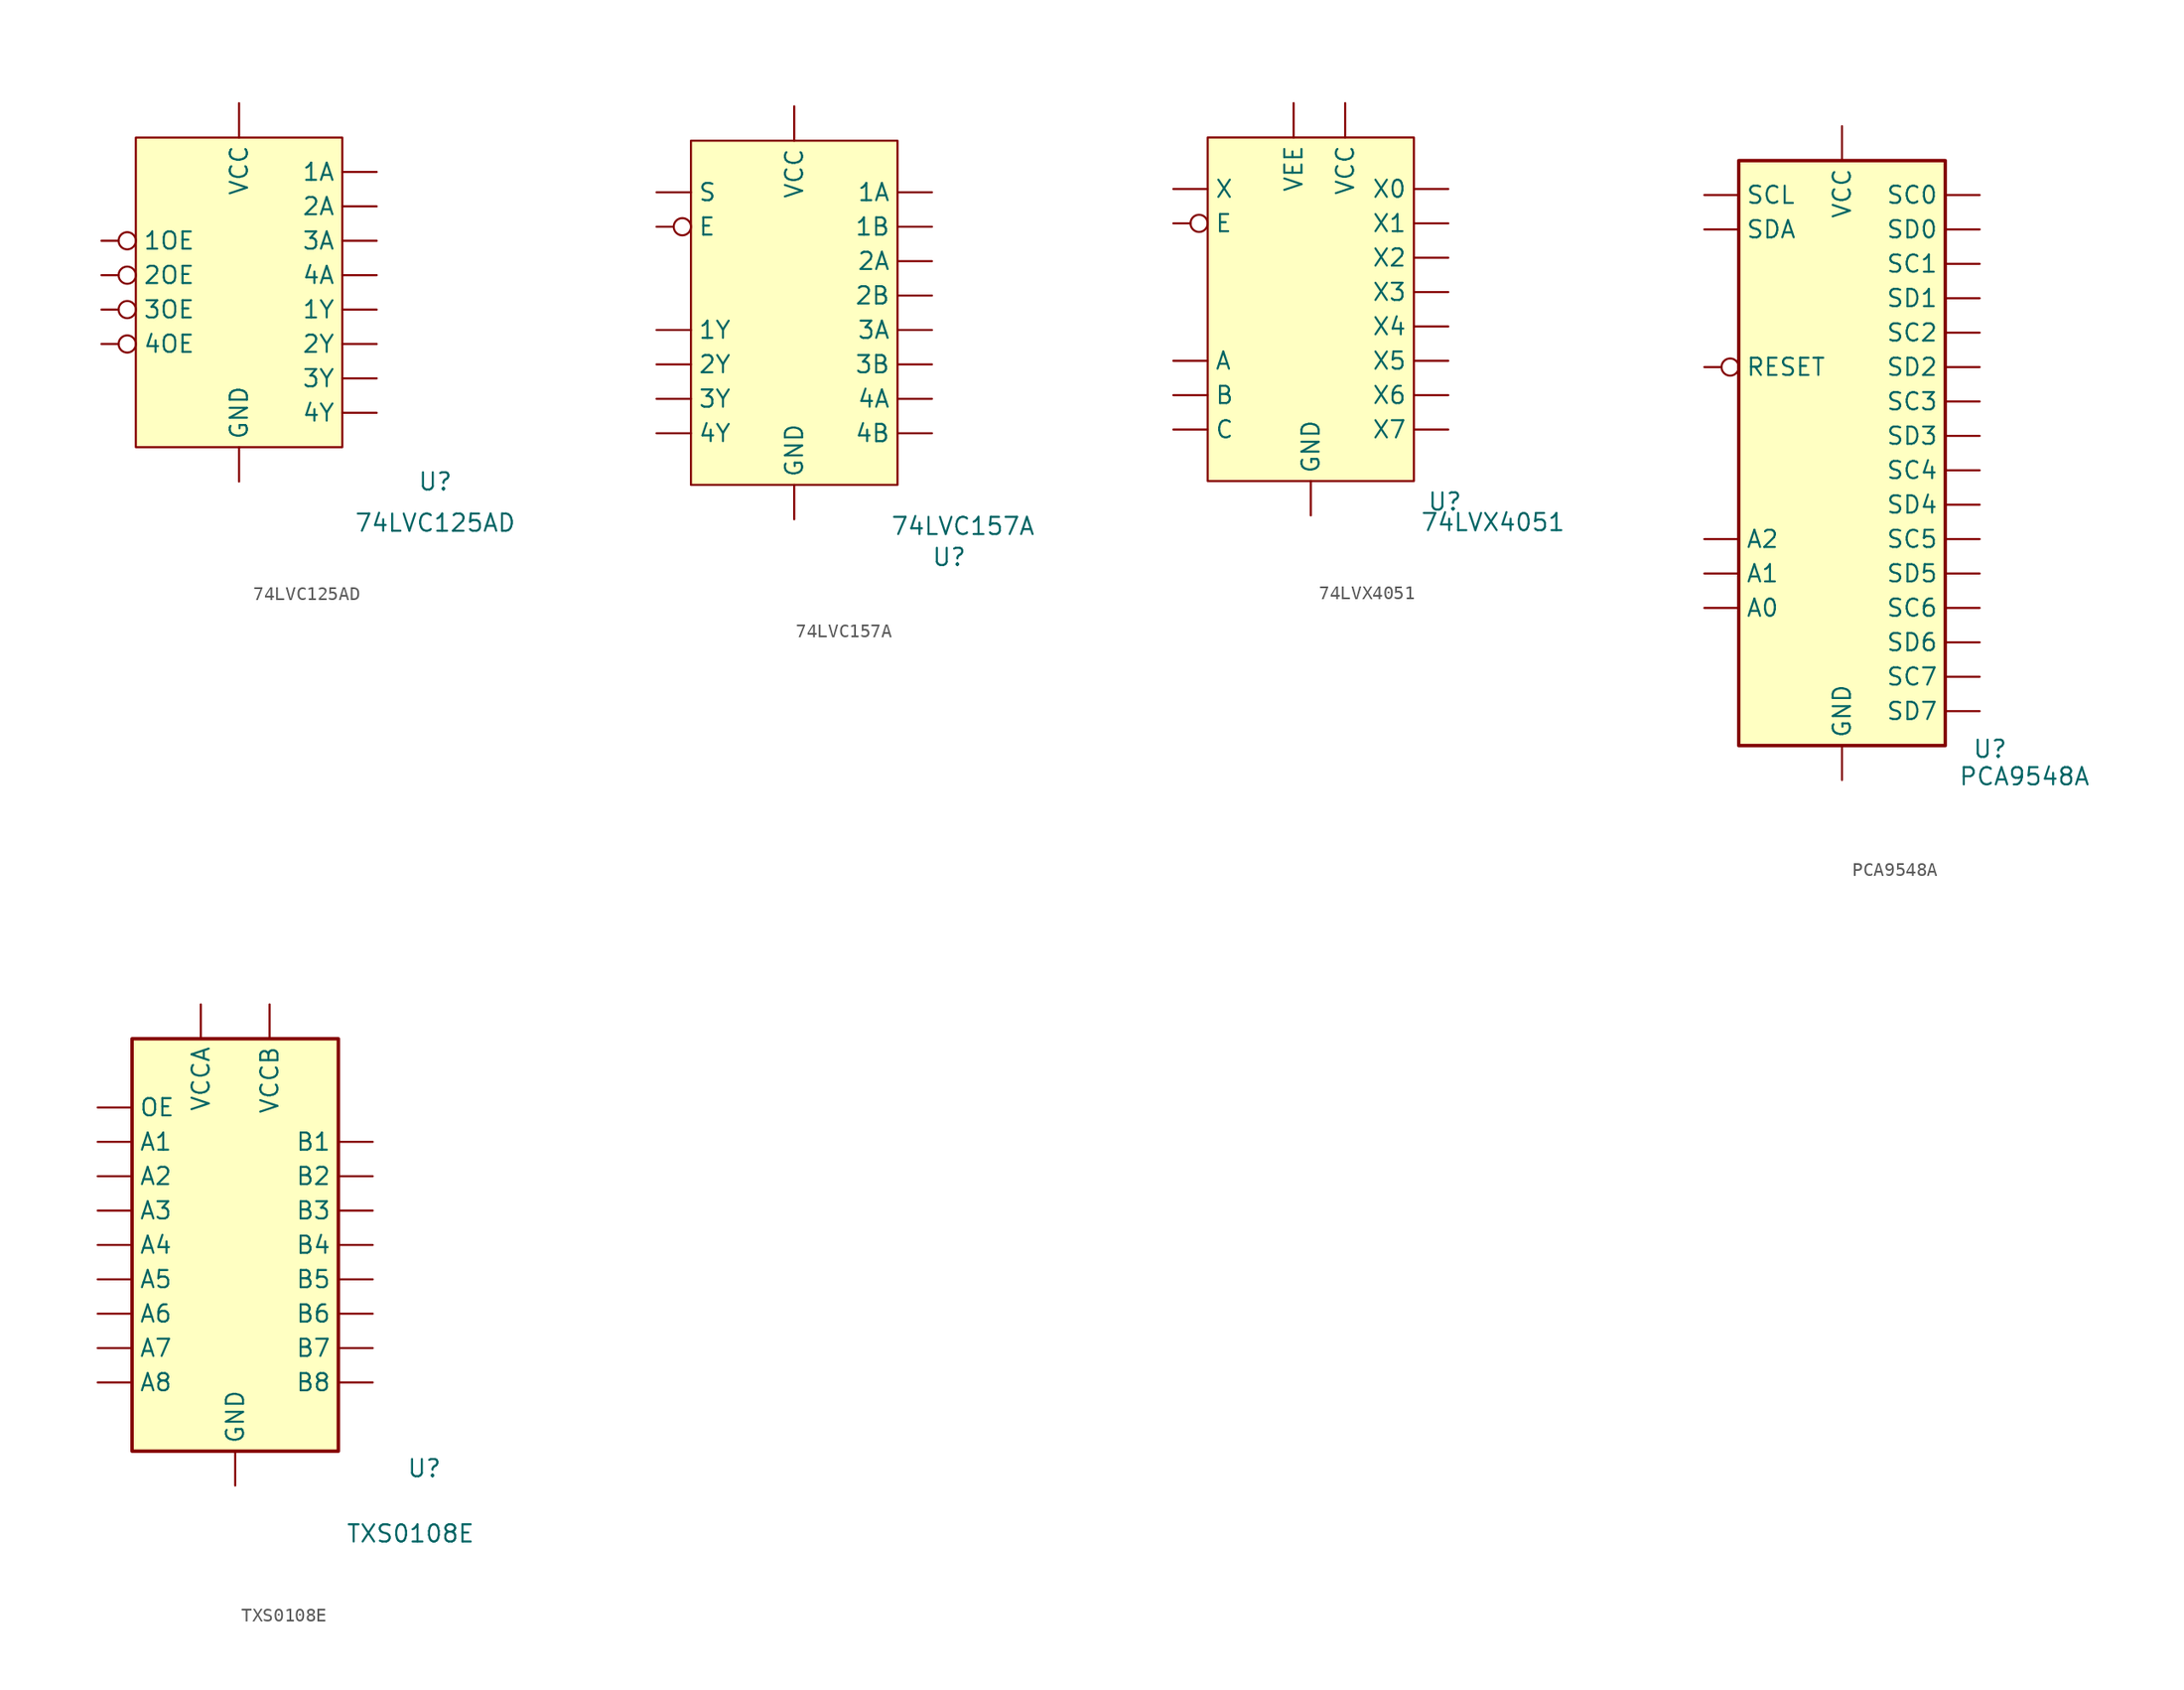
<source format=kicad_sym>
(kicad_symbol_lib
  (version 20231120)
  (generator "kicad_symbol_editor")
  (generator_version "8.0")
  (symbol "74LVC125AD"
    (property "Reference" "U"
      (at 14.478 -12.7 0)
      (effects (font (size 1.27 1.27))))
    (property "Value" "74LVC125AD"
      (at 14.478 -15.748 0)
      (effects (font (size 1.27 1.27))))
    (symbol "74LVC125AD_0_1"
      (rectangle (start -7.62 12.7) (end 7.62 -10.16) (stroke (width 0) (type default)) (fill (type background))))
    (symbol "74LVC125AD_1_1"
      (pin input line (at 10.16 10.16 180) (length 2.54) (name "1A" (effects (font (size 1.27 1.27)))) (number "" (effects (font (size 1.27 1.27)))))
      (pin input inverted (at -10.16 5.08 0) (length 2.54) (name "1OE" (effects (font (size 1.27 1.27)))) (number "" (effects (font (size 1.27 1.27)))))
      (pin output line (at 10.16 0 180) (length 2.54) (name "1Y" (effects (font (size 1.27 1.27)))) (number "" (effects (font (size 1.27 1.27)))))
      (pin input line (at 10.16 7.62 180) (length 2.54) (name "2A" (effects (font (size 1.27 1.27)))) (number "" (effects (font (size 1.27 1.27)))))
      (pin input inverted (at -10.16 2.54 0) (length 2.54) (name "2OE" (effects (font (size 1.27 1.27)))) (number "" (effects (font (size 1.27 1.27)))))
      (pin output line (at 10.16 -2.54 180) (length 2.54) (name "2Y" (effects (font (size 1.27 1.27)))) (number "" (effects (font (size 1.27 1.27)))))
      (pin input line (at 10.16 5.08 180) (length 2.54) (name "3A" (effects (font (size 1.27 1.27)))) (number "" (effects (font (size 1.27 1.27)))))
      (pin input inverted (at -10.16 0 0) (length 2.54) (name "3OE" (effects (font (size 1.27 1.27)))) (number "" (effects (font (size 1.27 1.27)))))
      (pin output line (at 10.16 -5.08 180) (length 2.54) (name "3Y" (effects (font (size 1.27 1.27)))) (number "" (effects (font (size 1.27 1.27)))))
      (pin input line (at 10.16 2.54 180) (length 2.54) (name "4A" (effects (font (size 1.27 1.27)))) (number "" (effects (font (size 1.27 1.27)))))
      (pin input inverted (at -10.16 -2.54 0) (length 2.54) (name "4OE" (effects (font (size 1.27 1.27)))) (number "" (effects (font (size 1.27 1.27)))))
      (pin output line (at 10.16 -7.62 180) (length 2.54) (name "4Y" (effects (font (size 1.27 1.27)))) (number "" (effects (font (size 1.27 1.27)))))
      (pin power_in line (at 0 -12.7 90) (length 2.54) (name "GND" (effects (font (size 1.27 1.27)))) (number "" (effects (font (size 1.27 1.27)))))
      (pin power_in line (at 0 15.24 270) (length 2.54) (name "VCC" (effects (font (size 1.27 1.27)))) (number "" (effects (font (size 1.27 1.27)))))))
  (symbol "74LVC157A"
    (property "Reference" "U"
      (at 11.43 -19.304 0)
      (effects (font (size 1.27 1.27))))
    (property "Value" "74LVC157A"
      (at 12.446 -17.018 0)
      (effects (font (size 1.27 1.27))))
    (symbol "74LVC157A_0_1"
      (rectangle (start -7.62 11.43) (end 7.62 -13.97) (stroke (width 0) (type default)) (fill (type background))))
    (symbol "74LVC157A_1_1"
      (pin input line (at 10.16 7.62 180) (length 2.54) (name "1A" (effects (font (size 1.27 1.27)))) (number "" (effects (font (size 1.27 1.27)))))
      (pin input line (at 10.16 5.08 180) (length 2.54) (name "1B" (effects (font (size 1.27 1.27)))) (number "" (effects (font (size 1.27 1.27)))))
      (pin output line (at -10.16 -2.54 0) (length 2.54) (name "1Y" (effects (font (size 1.27 1.27)))) (number "" (effects (font (size 1.27 1.27)))))
      (pin input line (at 10.16 2.54 180) (length 2.54) (name "2A" (effects (font (size 1.27 1.27)))) (number "" (effects (font (size 1.27 1.27)))))
      (pin input line (at 10.16 0 180) (length 2.54) (name "2B" (effects (font (size 1.27 1.27)))) (number "" (effects (font (size 1.27 1.27)))))
      (pin output line (at -10.16 -5.08 0) (length 2.54) (name "2Y" (effects (font (size 1.27 1.27)))) (number "" (effects (font (size 1.27 1.27)))))
      (pin input line (at 10.16 -2.54 180) (length 2.54) (name "3A" (effects (font (size 1.27 1.27)))) (number "" (effects (font (size 1.27 1.27)))))
      (pin input line (at 10.16 -5.08 180) (length 2.54) (name "3B" (effects (font (size 1.27 1.27)))) (number "" (effects (font (size 1.27 1.27)))))
      (pin output line (at -10.16 -7.62 0) (length 2.54) (name "3Y" (effects (font (size 1.27 1.27)))) (number "" (effects (font (size 1.27 1.27)))))
      (pin input line (at 10.16 -7.62 180) (length 2.54) (name "4A" (effects (font (size 1.27 1.27)))) (number "" (effects (font (size 1.27 1.27)))))
      (pin input line (at 10.16 -10.16 180) (length 2.54) (name "4B" (effects (font (size 1.27 1.27)))) (number "" (effects (font (size 1.27 1.27)))))
      (pin output line (at -10.16 -10.16 0) (length 2.54) (name "4Y" (effects (font (size 1.27 1.27)))) (number "" (effects (font (size 1.27 1.27)))))
      (pin input inverted (at -10.16 5.08 0) (length 2.54) (name "E" (effects (font (size 1.27 1.27)))) (number "" (effects (font (size 1.27 1.27)))))
      (pin power_in line (at 0 -16.51 90) (length 2.54) (name "GND" (effects (font (size 1.27 1.27)))) (number "" (effects (font (size 1.27 1.27)))))
      (pin input line (at -10.16 7.62 0) (length 2.54) (name "S" (effects (font (size 1.27 1.27)))) (number "" (effects (font (size 1.27 1.27)))))
      (pin power_in line (at 0 13.97 270) (length 2.54) (name "VCC" (effects (font (size 1.27 1.27)))) (number "" (effects (font (size 1.27 1.27)))))))
  (symbol "74LVX4051"
    (property "Reference" "U"
      (at 9.906 -15.494 0)
      (effects (font (size 1.27 1.27))))
    (property "Value" "74LVX4051"
      (at 13.462 -17.018 0)
      (effects (font (size 1.27 1.27))))
    (symbol "74LVX4051_0_1"
      (rectangle (start -7.62 11.43) (end 7.62 -13.97) (stroke (width 0) (type default)) (fill (type background))))
    (symbol "74LVX4051_1_1"
      (pin input line (at -10.16 -5.08 0) (length 2.54) (name "A" (effects (font (size 1.27 1.27)))) (number "" (effects (font (size 1.27 1.27)))))
      (pin input line (at -10.16 -7.62 0) (length 2.54) (name "B" (effects (font (size 1.27 1.27)))) (number "" (effects (font (size 1.27 1.27)))))
      (pin input line (at -10.16 -10.16 0) (length 2.54) (name "C" (effects (font (size 1.27 1.27)))) (number "" (effects (font (size 1.27 1.27)))))
      (pin input inverted (at -10.16 5.08 0) (length 2.54) (name "E" (effects (font (size 1.27 1.27)))) (number "" (effects (font (size 1.27 1.27)))))
      (pin power_in line (at 0 -16.51 90) (length 2.54) (name "GND" (effects (font (size 1.27 1.27)))) (number "" (effects (font (size 1.27 1.27)))))
      (pin power_in line (at 2.54 13.97 270) (length 2.54) (name "VCC" (effects (font (size 1.27 1.27)))) (number "" (effects (font (size 1.27 1.27)))))
      (pin power_in line (at -1.27 13.97 270) (length 2.54) (name "VEE" (effects (font (size 1.27 1.27)))) (number "" (effects (font (size 1.27 1.27)))))
      (pin output line (at -10.16 7.62 0) (length 2.54) (name "X" (effects (font (size 1.27 1.27)))) (number "" (effects (font (size 1.27 1.27)))))
      (pin input line (at 10.16 7.62 180) (length 2.54) (name "X0" (effects (font (size 1.27 1.27)))) (number "" (effects (font (size 1.27 1.27)))))
      (pin input line (at 10.16 5.08 180) (length 2.54) (name "X1" (effects (font (size 1.27 1.27)))) (number "" (effects (font (size 1.27 1.27)))))
      (pin input line (at 10.16 2.54 180) (length 2.54) (name "X2" (effects (font (size 1.27 1.27)))) (number "" (effects (font (size 1.27 1.27)))))
      (pin input line (at 10.16 0 180) (length 2.54) (name "X3" (effects (font (size 1.27 1.27)))) (number "" (effects (font (size 1.27 1.27)))))
      (pin input line (at 10.16 -2.54 180) (length 2.54) (name "X4" (effects (font (size 1.27 1.27)))) (number "" (effects (font (size 1.27 1.27)))))
      (pin input line (at 10.16 -5.08 180) (length 2.54) (name "X5" (effects (font (size 1.27 1.27)))) (number "" (effects (font (size 1.27 1.27)))))
      (pin input line (at 10.16 -7.62 180) (length 2.54) (name "X6" (effects (font (size 1.27 1.27)))) (number "" (effects (font (size 1.27 1.27)))))
      (pin input line (at 10.16 -10.16 180) (length 2.54) (name "X7" (effects (font (size 1.27 1.27)))) (number "" (effects (font (size 1.27 1.27)))))))
  (symbol "PCA9548A"
    (property "Reference" "U"
      (at 10.922 -23.114 0)
      (effects (font (size 1.27 1.27))))
    (property "Value" "PCA9548A"
      (at 13.462 -25.146 0)
      (effects (font (size 1.27 1.27))))
    (symbol "PCA9548A_0_1"
      (rectangle (start -7.62 20.32) (end 7.62 -22.86) (stroke (width 0.254) (type default)) (fill (type background))))
    (symbol "PCA9548A_1_1"
      (pin input line (at -10.16 -12.7 0) (length 2.54) (name "A0" (effects (font (size 1.27 1.27)))) (number "" (effects (font (size 1.27 1.27)))))
      (pin input line (at -10.16 -10.16 0) (length 2.54) (name "A1" (effects (font (size 1.27 1.27)))) (number "" (effects (font (size 1.27 1.27)))))
      (pin input line (at -10.16 -7.62 0) (length 2.54) (name "A2" (effects (font (size 1.27 1.27)))) (number "" (effects (font (size 1.27 1.27)))))
      (pin power_in line (at 0 -25.4 90) (length 2.54) (name "GND" (effects (font (size 1.27 1.27)))) (number "" (effects (font (size 1.27 1.27)))))
      (pin input inverted (at -10.16 5.08 0) (length 2.54) (name "RESET" (effects (font (size 1.27 1.27)))) (number "" (effects (font (size 1.27 1.27)))))
      (pin output line (at 10.16 17.78 180) (length 2.54) (name "SC0" (effects (font (size 1.27 1.27)))) (number "" (effects (font (size 1.27 1.27)))))
      (pin output line (at 10.16 12.7 180) (length 2.54) (name "SC1" (effects (font (size 1.27 1.27)))) (number "" (effects (font (size 1.27 1.27)))))
      (pin output line (at 10.16 7.62 180) (length 2.54) (name "SC2" (effects (font (size 1.27 1.27)))) (number "" (effects (font (size 1.27 1.27)))))
      (pin output line (at 10.16 2.54 180) (length 2.54) (name "SC3" (effects (font (size 1.27 1.27)))) (number "" (effects (font (size 1.27 1.27)))))
      (pin output line (at 10.16 -2.54 180) (length 2.54) (name "SC4" (effects (font (size 1.27 1.27)))) (number "" (effects (font (size 1.27 1.27)))))
      (pin output line (at 10.16 -7.62 180) (length 2.54) (name "SC5" (effects (font (size 1.27 1.27)))) (number "" (effects (font (size 1.27 1.27)))))
      (pin output line (at 10.16 -12.7 180) (length 2.54) (name "SC6" (effects (font (size 1.27 1.27)))) (number "" (effects (font (size 1.27 1.27)))))
      (pin output line (at 10.16 -17.78 180) (length 2.54) (name "SC7" (effects (font (size 1.27 1.27)))) (number "" (effects (font (size 1.27 1.27)))))
      (pin input line (at -10.16 17.78 0) (length 2.54) (name "SCL" (effects (font (size 1.27 1.27)))) (number "" (effects (font (size 1.27 1.27)))))
      (pin bidirectional line (at 10.16 15.24 180) (length 2.54) (name "SD0" (effects (font (size 1.27 1.27)))) (number "" (effects (font (size 1.27 1.27)))))
      (pin bidirectional line (at 10.16 10.16 180) (length 2.54) (name "SD1" (effects (font (size 1.27 1.27)))) (number "" (effects (font (size 1.27 1.27)))))
      (pin bidirectional line (at 10.16 5.08 180) (length 2.54) (name "SD2" (effects (font (size 1.27 1.27)))) (number "" (effects (font (size 1.27 1.27)))))
      (pin bidirectional line (at 10.16 0 180) (length 2.54) (name "SD3" (effects (font (size 1.27 1.27)))) (number "" (effects (font (size 1.27 1.27)))))
      (pin bidirectional line (at 10.16 -5.08 180) (length 2.54) (name "SD4" (effects (font (size 1.27 1.27)))) (number "" (effects (font (size 1.27 1.27)))))
      (pin bidirectional line (at 10.16 -10.16 180) (length 2.54) (name "SD5" (effects (font (size 1.27 1.27)))) (number "" (effects (font (size 1.27 1.27)))))
      (pin bidirectional line (at 10.16 -15.24 180) (length 2.54) (name "SD6" (effects (font (size 1.27 1.27)))) (number "" (effects (font (size 1.27 1.27)))))
      (pin bidirectional line (at 10.16 -20.32 180) (length 2.54) (name "SD7" (effects (font (size 1.27 1.27)))) (number "" (effects (font (size 1.27 1.27)))))
      (pin bidirectional line (at -10.16 15.24 0) (length 2.54) (name "SDA" (effects (font (size 1.27 1.27)))) (number "" (effects (font (size 1.27 1.27)))))
      (pin power_in line (at 0 22.86 270) (length 2.54) (name "VCC" (effects (font (size 1.27 1.27)))) (number "" (effects (font (size 1.27 1.27)))))))
  (symbol "TXS0108E"
    (property "Reference" "U"
      (at 13.97 -16.51 0)
      (effects (font (size 1.27 1.27))))
    (property "Value" "TXS0108E"
      (at 12.954 -21.336 0)
      (effects (font (size 1.27 1.27))))
    (symbol "TXS0108E_0_1"
      (rectangle (start -7.62 15.24) (end 7.62 -15.24) (stroke (width 0.254) (type default)) (fill (type background))))
    (symbol "TXS0108E_1_1"
      (pin bidirectional line (at -10.16 7.62 0) (length 2.54) (name "A1" (effects (font (size 1.27 1.27)))) (number "" (effects (font (size 1.27 1.27)))))
      (pin bidirectional line (at -10.16 5.08 0) (length 2.54) (name "A2" (effects (font (size 1.27 1.27)))) (number "" (effects (font (size 1.27 1.27)))))
      (pin bidirectional line (at -10.16 2.54 0) (length 2.54) (name "A3" (effects (font (size 1.27 1.27)))) (number "" (effects (font (size 1.27 1.27)))))
      (pin bidirectional line (at -10.16 0 0) (length 2.54) (name "A4" (effects (font (size 1.27 1.27)))) (number "" (effects (font (size 1.27 1.27)))))
      (pin bidirectional line (at -10.16 -2.54 0) (length 2.54) (name "A5" (effects (font (size 1.27 1.27)))) (number "" (effects (font (size 1.27 1.27)))))
      (pin bidirectional line (at -10.16 -5.08 0) (length 2.54) (name "A6" (effects (font (size 1.27 1.27)))) (number "" (effects (font (size 1.27 1.27)))))
      (pin bidirectional line (at -10.16 -7.62 0) (length 2.54) (name "A7" (effects (font (size 1.27 1.27)))) (number "" (effects (font (size 1.27 1.27)))))
      (pin bidirectional line (at -10.16 -10.16 0) (length 2.54) (name "A8" (effects (font (size 1.27 1.27)))) (number "" (effects (font (size 1.27 1.27)))))
      (pin bidirectional line (at 10.16 7.62 180) (length 2.54) (name "B1" (effects (font (size 1.27 1.27)))) (number "" (effects (font (size 1.27 1.27)))))
      (pin bidirectional line (at 10.16 5.08 180) (length 2.54) (name "B2" (effects (font (size 1.27 1.27)))) (number "" (effects (font (size 1.27 1.27)))))
      (pin bidirectional line (at 10.16 2.54 180) (length 2.54) (name "B3" (effects (font (size 1.27 1.27)))) (number "" (effects (font (size 1.27 1.27)))))
      (pin bidirectional line (at 10.16 0 180) (length 2.54) (name "B4" (effects (font (size 1.27 1.27)))) (number "" (effects (font (size 1.27 1.27)))))
      (pin bidirectional line (at 10.16 -2.54 180) (length 2.54) (name "B5" (effects (font (size 1.27 1.27)))) (number "" (effects (font (size 1.27 1.27)))))
      (pin bidirectional line (at 10.16 -5.08 180) (length 2.54) (name "B6" (effects (font (size 1.27 1.27)))) (number "" (effects (font (size 1.27 1.27)))))
      (pin bidirectional line (at 10.16 -7.62 180) (length 2.54) (name "B7" (effects (font (size 1.27 1.27)))) (number "" (effects (font (size 1.27 1.27)))))
      (pin bidirectional line (at 10.16 -10.16 180) (length 2.54) (name "B8" (effects (font (size 1.27 1.27)))) (number "" (effects (font (size 1.27 1.27)))))
      (pin power_in line (at 0 -17.78 90) (length 2.54) (name "GND" (effects (font (size 1.27 1.27)))) (number "" (effects (font (size 1.27 1.27)))))
      (pin input line (at -10.16 10.16 0) (length 2.54) (name "OE" (effects (font (size 1.27 1.27)))) (number "" (effects (font (size 1.27 1.27)))))
      (pin power_in line (at -2.54 17.78 270) (length 2.54) (name "VCCA" (effects (font (size 1.27 1.27)))) (number "" (effects (font (size 1.27 1.27)))))
      (pin power_in line (at 2.54 17.78 270) (length 2.54) (name "VCCB" (effects (font (size 1.27 1.27)))) (number "" (effects (font (size 1.27 1.27))))))))
</source>
